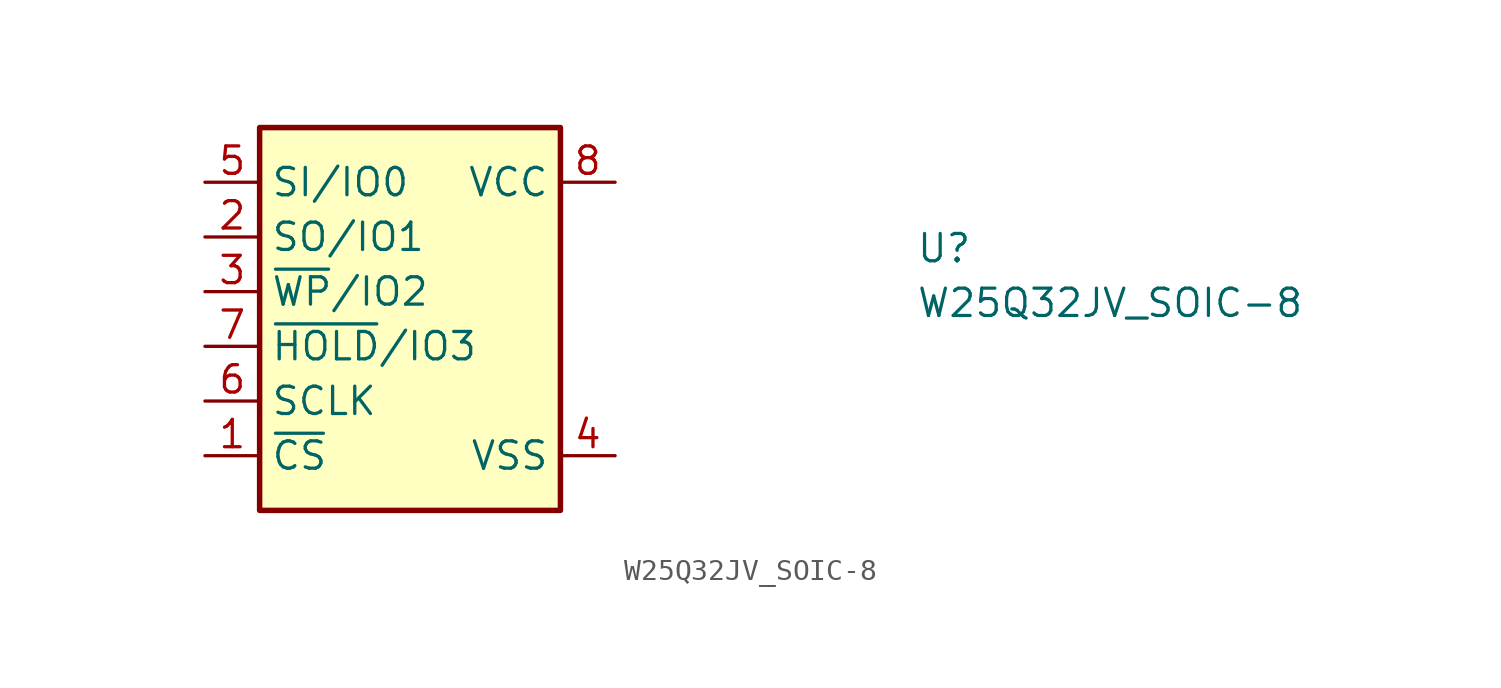
<source format=kicad_sym>
(kicad_symbol_lib
  (version 20211014)
  (generator kicad_symbol_editor)
  (symbol "W25Q32JV_SOIC-8"
    (property "Reference" "U"
      (at 33.02 -3.81 0)
      (effects (font (size 1.27 1.27) (thickness 0.15)) (justify left bottom)))
    (property "Value" "W25Q32JV_SOIC-8"
      (at 33.02 -6.35 0)
      (effects (font (size 1.27 1.27) (thickness 0.15)) (justify left bottom)))
    (symbol "W25Q32JV_SOIC-8_1_1"
      (rectangle (start 2.54 2.54) (end 16.51 -15.24) (stroke (width 0.254) (type default) (color 0 0 0 0)) (fill (type background)))
      (pin input line (at 0 -12.7 0) (length 2.54) (name "~{CS}" (effects (font (size 1.27 1.27)))) (number "1" (effects (font (size 1.27 1.27)))))
      (pin bidirectional line (at 0 -2.54 0) (length 2.54) (name "SO/IO1" (effects (font (size 1.27 1.27)))) (number "2" (effects (font (size 1.27 1.27)))))
      (pin bidirectional line (at 0 -5.08 0) (length 2.54) (name "~{WP}/IO2" (effects (font (size 1.27 1.27)))) (number "3" (effects (font (size 1.27 1.27)))))
      (pin power_in line (at 19.05 -12.7 180) (length 2.54) (name "VSS" (effects (font (size 1.27 1.27)))) (number "4" (effects (font (size 1.27 1.27)))))
      (pin bidirectional line (at 0 0 0) (length 2.54) (name "SI/IO0" (effects (font (size 1.27 1.27)))) (number "5" (effects (font (size 1.27 1.27)))))
      (pin input line (at 0 -10.16 0) (length 2.54) (name "SCLK" (effects (font (size 1.27 1.27)))) (number "6" (effects (font (size 1.27 1.27)))))
      (pin bidirectional line (at 0 -7.62 0) (length 2.54) (name "~{HOLD}/IO3" (effects (font (size 1.27 1.27)))) (number "7" (effects (font (size 1.27 1.27)))))
      (pin power_in line (at 19.05 0 180) (length 2.54) (name "VCC" (effects (font (size 1.27 1.27)))) (number "8" (effects (font (size 1.27 1.27))))))))
</source>
